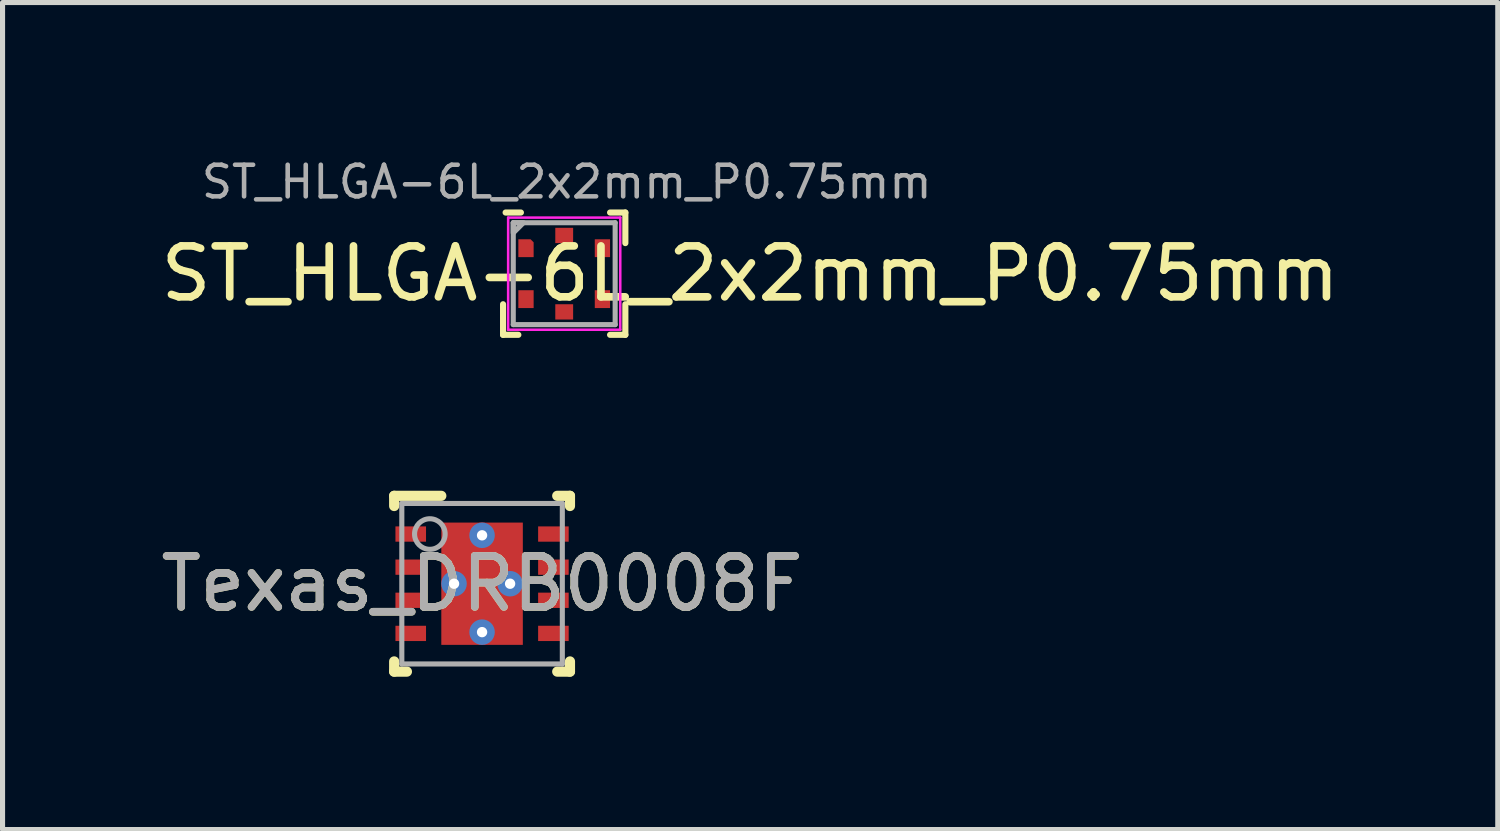
<source format=kicad_pcb>
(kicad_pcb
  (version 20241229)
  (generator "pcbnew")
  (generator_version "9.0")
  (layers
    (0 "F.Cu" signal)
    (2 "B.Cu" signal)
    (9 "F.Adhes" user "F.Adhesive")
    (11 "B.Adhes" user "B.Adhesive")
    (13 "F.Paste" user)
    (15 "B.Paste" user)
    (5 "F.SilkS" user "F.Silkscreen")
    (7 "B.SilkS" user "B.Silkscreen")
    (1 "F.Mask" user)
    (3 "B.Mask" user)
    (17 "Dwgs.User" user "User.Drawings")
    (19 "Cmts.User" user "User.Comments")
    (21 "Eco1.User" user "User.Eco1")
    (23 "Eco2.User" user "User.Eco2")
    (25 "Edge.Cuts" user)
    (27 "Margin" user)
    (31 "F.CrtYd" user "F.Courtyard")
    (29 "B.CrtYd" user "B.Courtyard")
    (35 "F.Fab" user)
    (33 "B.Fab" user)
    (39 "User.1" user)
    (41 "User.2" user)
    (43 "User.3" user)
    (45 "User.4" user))
  (footprint "ST_HLGA-6L_2x2mm_P0.75mm"
    (layer "F.Cu")
    (at 8.023 2.321)
    (property "Reference" "ST_HLGA-6L_2x2mm_P0.75mm" (at 3.65 0 0) (layer "F.SilkS") (effects (font (size 1 1) (thickness 0.15))))
    (attr smd)
    (fp_line (start -1.2 1.2) (end -1.2 0.6) (stroke (width 0.12) (type solid)) (layer "F.SilkS"))
    (fp_line (start -0.9 1.2) (end -1.2 1.2) (stroke (width 0.12) (type solid)) (layer "F.SilkS"))
    (fp_line (start -0.85 -1.2) (end -1.15 -1.2) (stroke (width 0.12) (type solid)) (layer "F.SilkS"))
    (fp_line (start 0.9 -1.2) (end 1.2 -1.2) (stroke (width 0.12) (type solid)) (layer "F.SilkS"))
    (fp_line (start 0.9 1.2) (end 1.2 1.2) (stroke (width 0.12) (type solid)) (layer "F.SilkS"))
    (fp_line (start 1.2 -1.2) (end 1.2 -0.6) (stroke (width 0.12) (type solid)) (layer "F.SilkS"))
    (fp_line (start 1.2 1.2) (end 1.2 0.6) (stroke (width 0.12) (type solid)) (layer "F.SilkS"))
    (fp_line (start -1.1 -1.1) (end -1.1 1.1) (stroke (width 0.05) (type solid)) (layer "F.CrtYd"))
    (fp_line (start -1.1 1.1) (end 1.1 1.1) (stroke (width 0.05) (type solid)) (layer "F.CrtYd"))
    (fp_line (start 1.1 -1.1) (end -1.1 -1.1) (stroke (width 0.05) (type solid)) (layer "F.CrtYd"))
    (fp_line (start 1.1 1.1) (end 1.1 -1.1) (stroke (width 0.05) (type solid)) (layer "F.CrtYd"))
    (fp_line (start -1 -1) (end 1 -1) (stroke (width 0.1) (type solid)) (layer "F.Fab"))
    (fp_line (start -1 1) (end -1 -1) (stroke (width 0.1) (type solid)) (layer "F.Fab"))
    (fp_line (start 1 -1) (end 1 1) (stroke (width 0.1) (type solid)) (layer "F.Fab"))
    (fp_line (start 1 1) (end -1 1) (stroke (width 0.1) (type solid)) (layer "F.Fab"))
    (fp_poly (pts (xy -0.8 -1) (xy -1 -0.8) (xy -1 -1)) (stroke (width 0.1) (type solid)) (fill no) (layer "F.Fab"))
    (fp_text user "${REFERENCE}" (at 0.05 -1.8 0) (layer "F.Fab") (effects (font (size 0.62 0.62) (thickness 0.09))))
    (pad "1" smd roundrect (at -0.75 -0.5) (size 0.3 0.35) (layers "F.Cu" "F.Mask" "F.Paste") (roundrect_rratio 0) (chamfer_ratio 0.2) (chamfer top_right))
    (pad "2" smd rect (at -0.75 0.5) (size 0.3 0.35) (layers "F.Cu" "F.Mask" "F.Paste"))
    (pad "3" smd rect (at 0 0.75 90) (size 0.3 0.35) (layers "F.Cu" "F.Mask" "F.Paste"))
    (pad "4" smd rect (at 0.75 0.5) (size 0.3 0.35) (layers "F.Cu" "F.Mask" "F.Paste"))
    (pad "5" smd rect (at 0.75 -0.5) (size 0.3 0.35) (layers "F.Cu" "F.Mask" "F.Paste"))
    (pad "6" smd rect (at 0 -0.75 270) (size 0.3 0.35) (layers "F.Cu" "F.Mask" "F.Paste")))
  (footprint "Texas_DRB0008F"
    (layer "F.Cu")
    (at 6.411 8.406)
    (property "Reference" "Texas_DRB0008F" (at 0 0 0) (unlocked yes) (layer "F.SilkS") (effects (font (size 1 1) (thickness 0.15))))
    (attr smd)
    (fp_line (start -1.725 1.725) (end -1.725 1.525) (stroke (width 0.2) (type solid)) (layer "F.SilkS"))
    (fp_line (start -1.725 -1.725) (end -0.8 -1.725) (stroke (width 0.2) (type solid)) (layer "F.SilkS"))
    (fp_line (start -1.725 -1.525) (end -1.725 -1.725) (stroke (width 0.2) (type solid)) (layer "F.SilkS"))
    (fp_line (start -1.725 1.725) (end -1.475 1.725) (stroke (width 0.2) (type solid)) (layer "F.SilkS"))
    (fp_line (start 1.475 -1.725) (end 1.725 -1.725) (stroke (width 0.2) (type solid)) (layer "F.SilkS"))
    (fp_line (start 1.475 1.725) (end 1.725 1.725) (stroke (width 0.2) (type solid)) (layer "F.SilkS"))
    (fp_line (start 1.725 -1.525) (end 1.725 -1.725) (stroke (width 0.2) (type solid)) (layer "F.SilkS"))
    (fp_line (start 1.725 1.725) (end 1.725 1.525) (stroke (width 0.2) (type solid)) (layer "F.SilkS"))
    (fp_poly (pts (xy -0.735 -0.148) (xy -0.735 -1.122) (xy -0.734 -1.131) (xy -0.731 -1.14) (xy -0.727 -1.149) (xy -0.721 -1.156) (xy -0.714 -1.162) (xy -0.705 -1.166) (xy -0.696 -1.169) (xy -0.687 -1.17) (xy 0.687 -1.17) (xy 0.696 -1.169) (xy 0.705 -1.166) (xy 0.714 -1.162) (xy 0.721 -1.156) (xy 0.727 -1.149) (xy 0.731 -1.14) (xy 0.734 -1.131) (xy 0.735 -1.122) (xy 0.735 -0.148) (xy 0.734 -0.139) (xy 0.731 -0.13) (xy 0.727 -0.121) (xy 0.721 -0.114) (xy 0.714 -0.108) (xy 0.705 -0.104) (xy 0.696 -0.101) (xy 0.687 -0.1) (xy -0.687 -0.1) (xy -0.696 -0.101) (xy -0.705 -0.104) (xy -0.714 -0.108) (xy -0.721 -0.114) (xy -0.727 -0.121) (xy -0.731 -0.13) (xy -0.734 -0.139)) (stroke (width 0) (type solid)) (fill yes) (layer "F.Paste"))
    (fp_poly (pts (xy -0.735 1.122) (xy -0.735 0.148) (xy -0.734 0.139) (xy -0.731 0.13) (xy -0.727 0.121) (xy -0.721 0.114) (xy -0.714 0.108) (xy -0.705 0.104) (xy -0.696 0.101) (xy -0.687 0.1) (xy 0.687 0.1) (xy 0.696 0.101) (xy 0.705 0.104) (xy 0.714 0.108) (xy 0.721 0.114) (xy 0.727 0.121) (xy 0.731 0.13) (xy 0.734 0.139) (xy 0.735 0.148) (xy 0.735 1.122) (xy 0.734 1.131) (xy 0.731 1.14) (xy 0.727 1.149) (xy 0.721 1.156) (xy 0.714 1.162) (xy 0.705 1.166) (xy 0.696 1.169) (xy 0.687 1.17) (xy -0.687 1.17) (xy -0.696 1.169) (xy -0.705 1.166) (xy -0.714 1.162) (xy -0.721 1.156) (xy -0.727 1.149) (xy -0.731 1.14) (xy -0.734 1.131)) (stroke (width 0) (type solid)) (fill yes) (layer "F.Paste"))
    (fp_line (start -1.575 -1.575) (end 1.575 -1.575) (stroke (width 0.1) (type solid)) (layer "F.Fab"))
    (fp_line (start -1.575 1.575) (end -1.575 -1.575) (stroke (width 0.1) (type solid)) (layer "F.Fab"))
    (fp_line (start -1.575 1.575) (end 1.575 1.575) (stroke (width 0.1) (type solid)) (layer "F.Fab"))
    (fp_line (start 1.575 1.575) (end 1.575 -1.575) (stroke (width 0.1) (type solid)) (layer "F.Fab"))
    (fp_circle (center -1.025 -0.975) (end -0.725 -0.975) (stroke (width 0.1) (type solid)) (fill no) (layer "F.Fab"))
    (fp_text user "${REFERENCE}" (at 0 0 0) (unlocked yes) (layer "F.Fab") (effects (font (size 1 1) (thickness 0.15))))
    (pad "1" smd rect (at -1.4 -0.975 90) (size 0.3 0.6) (layers "F.Cu" "F.Mask" "F.Paste"))
    (pad "2" smd rect (at -1.4 -0.325 90) (size 0.3 0.6) (layers "F.Cu" "F.Mask" "F.Paste"))
    (pad "3" smd rect (at -1.4 0.325 90) (size 0.3 0.6) (layers "F.Cu" "F.Mask" "F.Paste"))
    (pad "4" smd rect (at -1.4 0.975 90) (size 0.3 0.6) (layers "F.Cu" "F.Mask" "F.Paste"))
    (pad "5" smd rect (at 1.4 0.975 90) (size 0.3 0.6) (layers "F.Cu" "F.Mask" "F.Paste"))
    (pad "6" smd rect (at 1.4 0.325 90) (size 0.3 0.6) (layers "F.Cu" "F.Mask" "F.Paste"))
    (pad "7" smd rect (at 1.4 -0.325 90) (size 0.3 0.6) (layers "F.Cu" "F.Mask" "F.Paste"))
    (pad "8" smd rect (at 1.4 -0.975 90) (size 0.3 0.6) (layers "F.Cu" "F.Mask" "F.Paste"))
    (pad "9" smd rect (at 0.000003 0) (size 1.6 2.4) (layers "F.Cu" "F.Mask"))
    (pad "V" thru_hole circle (at -0.55 0) (size 0.5 0.5) (drill 0.203) (layers "*.Cu" "*.Mask"))
    (pad "V" thru_hole circle (at 0 -0.95) (size 0.5 0.5) (drill 0.203) (layers "*.Cu" "*.Mask"))
    (pad "V" thru_hole circle (at 0 0.95) (size 0.5 0.5) (drill 0.203) (layers "*.Cu" "*.Mask"))
    (pad "V" thru_hole circle (at 0.55 0) (size 0.5 0.5) (drill 0.203) (layers "*.Cu" "*.Mask")))
  (gr_rect
    (start -3 -3)
    (end 26.345 13.231)
    (stroke (width 0.1) (type default))
    (fill no)
    (layer "Edge.Cuts")))
</source>
